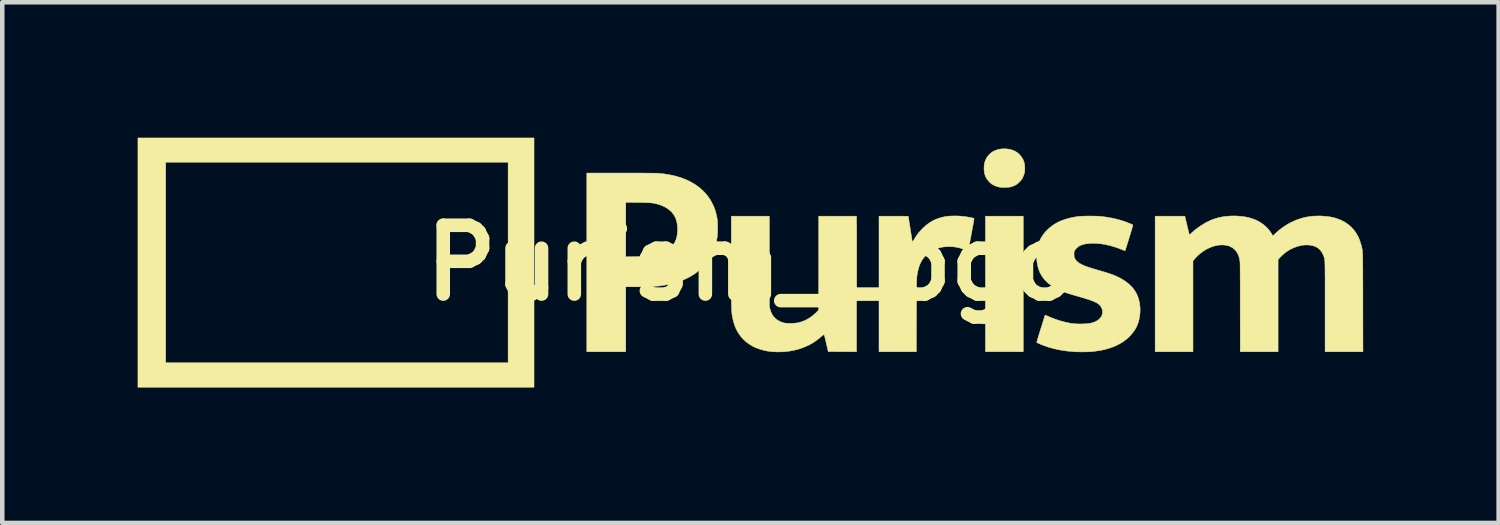
<source format=kicad_pcb>
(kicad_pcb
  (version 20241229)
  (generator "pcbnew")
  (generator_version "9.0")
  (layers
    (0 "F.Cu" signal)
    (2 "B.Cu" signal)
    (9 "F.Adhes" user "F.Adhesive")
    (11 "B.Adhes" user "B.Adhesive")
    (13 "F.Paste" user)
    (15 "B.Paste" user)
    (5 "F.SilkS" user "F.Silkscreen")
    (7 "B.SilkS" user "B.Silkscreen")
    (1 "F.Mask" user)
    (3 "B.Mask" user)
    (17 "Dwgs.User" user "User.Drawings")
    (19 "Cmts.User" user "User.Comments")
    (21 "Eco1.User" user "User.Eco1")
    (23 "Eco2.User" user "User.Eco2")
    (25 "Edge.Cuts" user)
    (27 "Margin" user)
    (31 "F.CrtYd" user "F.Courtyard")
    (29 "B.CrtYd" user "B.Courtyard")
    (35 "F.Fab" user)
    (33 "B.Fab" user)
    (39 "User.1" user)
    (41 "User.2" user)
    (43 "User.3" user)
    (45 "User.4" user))
  (footprint "Purism_Logo"
    (layer "F.Cu")
    (at 13.589 2.774)
    (property "Reference" "Purism_Logo" (at 0 0 0) (layer "F.SilkS") (effects (font (size 1.524 1.524) (thickness 0.3))))
    (attr through_hole)
    (fp_poly (pts (xy 6.025 1.966) (xy 5.187 1.966) (xy 5.187 -1.036) (xy 6.025 -1.036) (xy 6.025 1.966)) (stroke (width 0.01) (type solid)) (fill yes) (layer "F.SilkS"))
    (fp_poly (pts (xy -4.811 2.753) (xy -13.584 2.753) (xy -13.584 -2.23) (xy -12.969 -2.23) (xy -12.969 2.21) (xy -5.385 2.21) (xy -5.385 -2.23) (xy -12.969 -2.23) (xy -13.584 -2.23) (xy -13.584 -2.769) (xy -4.811 -2.769) (xy -4.811 2.753)) (stroke (width 0.01) (type solid)) (fill yes) (layer "F.SilkS"))
    (fp_poly (pts (xy 5.641 -2.528) (xy 5.714 -2.519) (xy 5.78 -2.502) (xy 5.84 -2.477) (xy 5.894 -2.444) (xy 5.941 -2.403) (xy 5.982 -2.354) (xy 6.016 -2.298) (xy 6.019 -2.293) (xy 6.035 -2.257) (xy 6.046 -2.22) (xy 6.054 -2.181) (xy 6.058 -2.135) (xy 6.059 -2.118) (xy 6.059 -2.065) (xy 6.055 -2.018) (xy 6.046 -1.975) (xy 6.031 -1.932) (xy 6.014 -1.895) (xy 6.002 -1.871) (xy 5.991 -1.852) (xy 5.978 -1.835) (xy 5.963 -1.818) (xy 5.943 -1.796) (xy 5.939 -1.793) (xy 5.917 -1.771) (xy 5.899 -1.755) (xy 5.882 -1.743) (xy 5.865 -1.732) (xy 5.843 -1.721) (xy 5.842 -1.721) (xy 5.808 -1.705) (xy 5.777 -1.693) (xy 5.747 -1.685) (xy 5.716 -1.679) (xy 5.68 -1.676) (xy 5.637 -1.674) (xy 5.624 -1.673) (xy 5.577 -1.673) (xy 5.54 -1.674) (xy 5.511 -1.677) (xy 5.498 -1.679) (xy 5.432 -1.696) (xy 5.373 -1.721) (xy 5.319 -1.753) (xy 5.273 -1.794) (xy 5.232 -1.843) (xy 5.222 -1.857) (xy 5.195 -1.904) (xy 5.176 -1.953) (xy 5.163 -2.005) (xy 5.157 -2.063) (xy 5.156 -2.1) (xy 5.159 -2.161) (xy 5.168 -2.216) (xy 5.184 -2.267) (xy 5.207 -2.316) (xy 5.235 -2.36) (xy 5.273 -2.405) (xy 5.319 -2.444) (xy 5.37 -2.476) (xy 5.428 -2.5) (xy 5.49 -2.518) (xy 5.556 -2.527) (xy 5.626 -2.528) (xy 5.641 -2.528)) (stroke (width 0.01) (type solid)) (fill yes) (layer "F.SilkS"))
    (fp_poly (pts (xy 0.404 0.973) (xy 0.415 1.017) (xy 0.435 1.08) (xy 0.46 1.136) (xy 0.491 1.184) (xy 0.53 1.225) (xy 0.575 1.261) (xy 0.627 1.291) (xy 0.662 1.307) (xy 0.694 1.319) (xy 0.726 1.328) (xy 0.76 1.333) (xy 0.798 1.337) (xy 0.842 1.338) (xy 0.864 1.338) (xy 0.936 1.336) (xy 1.001 1.33) (xy 1.061 1.319) (xy 1.118 1.302) (xy 1.173 1.281) (xy 1.201 1.268) (xy 1.277 1.226) (xy 1.349 1.177) (xy 1.414 1.122) (xy 1.458 1.078) (xy 1.493 1.039) (xy 1.494 0.001) (xy 1.494 -1.036) (xy 2.332 -1.036) (xy 2.332 1.966) (xy 2.019 1.965) (xy 1.705 1.963) (xy 1.662 1.777) (xy 1.651 1.729) (xy 1.641 1.69) (xy 1.634 1.659) (xy 1.628 1.635) (xy 1.623 1.617) (xy 1.619 1.605) (xy 1.616 1.597) (xy 1.613 1.592) (xy 1.61 1.59) (xy 1.608 1.59) (xy 1.6 1.593) (xy 1.587 1.602) (xy 1.569 1.615) (xy 1.55 1.631) (xy 1.549 1.631) (xy 1.495 1.677) (xy 1.444 1.715) (xy 1.396 1.749) (xy 1.347 1.78) (xy 1.296 1.808) (xy 1.266 1.823) (xy 1.163 1.869) (xy 1.054 1.907) (xy 0.941 1.936) (xy 0.825 1.956) (xy 0.705 1.968) (xy 0.583 1.971) (xy 0.466 1.966) (xy 0.368 1.954) (xy 0.273 1.934) (xy 0.183 1.908) (xy 0.098 1.876) (xy 0.041 1.849) (xy -0.041 1.801) (xy -0.115 1.746) (xy -0.181 1.685) (xy -0.24 1.617) (xy -0.291 1.542) (xy -0.335 1.461) (xy -0.371 1.373) (xy -0.399 1.278) (xy -0.42 1.176) (xy -0.424 1.152) (xy -0.426 1.137) (xy -0.428 1.122) (xy -0.43 1.106) (xy -0.431 1.088) (xy -0.433 1.068) (xy -0.434 1.046) (xy -0.435 1.021) (xy -0.436 0.993) (xy -0.437 0.961) (xy -0.438 0.925) (xy -0.439 0.885) (xy -0.439 0.839) (xy -0.44 0.789) (xy -0.44 0.732) (xy -0.441 0.668) (xy -0.441 0.598) (xy -0.441 0.521) (xy -0.442 0.436) (xy -0.442 0.343) (xy -0.442 0.241) (xy -0.442 0.131) (xy -0.442 0.01) (xy -0.442 -0.055) (xy -0.442 -1.036) (xy 0.401 -1.036) (xy 0.404 0.973)) (stroke (width 0.01) (type solid)) (fill yes) (layer "F.SilkS"))
    (fp_poly (pts (xy -2.784 -1.991) (xy -2.686 -1.991) (xy -2.594 -1.991) (xy -2.507 -1.991) (xy -2.427 -1.991) (xy -2.354 -1.99) (xy -2.288 -1.99) (xy -2.229 -1.989) (xy -2.178 -1.989) (xy -2.136 -1.988) (xy -2.103 -1.988) (xy -2.079 -1.987) (xy -2.065 -1.986) (xy -2.064 -1.986) (xy -1.926 -1.972) (xy -1.794 -1.95) (xy -1.669 -1.922) (xy -1.552 -1.886) (xy -1.442 -1.844) (xy -1.339 -1.794) (xy -1.244 -1.738) (xy -1.236 -1.733) (xy -1.148 -1.669) (xy -1.069 -1.599) (xy -0.998 -1.524) (xy -0.936 -1.442) (xy -0.882 -1.356) (xy -0.836 -1.263) (xy -0.799 -1.166) (xy -0.771 -1.063) (xy -0.754 -0.973) (xy -0.75 -0.94) (xy -0.747 -0.899) (xy -0.745 -0.853) (xy -0.744 -0.803) (xy -0.744 -0.752) (xy -0.745 -0.701) (xy -0.747 -0.653) (xy -0.75 -0.611) (xy -0.753 -0.575) (xy -0.754 -0.574) (xy -0.773 -0.464) (xy -0.801 -0.359) (xy -0.838 -0.26) (xy -0.883 -0.167) (xy -0.936 -0.078) (xy -0.998 0.006) (xy -1.067 0.083) (xy -1.145 0.157) (xy -1.231 0.225) (xy -1.325 0.286) (xy -1.426 0.34) (xy -1.534 0.388) (xy -1.649 0.428) (xy -1.77 0.462) (xy -1.898 0.489) (xy -2.033 0.509) (xy -2.173 0.521) (xy -2.204 0.523) (xy -2.232 0.524) (xy -2.268 0.525) (xy -2.311 0.526) (xy -2.359 0.527) (xy -2.41 0.528) (xy -2.463 0.528) (xy -2.516 0.528) (xy -2.543 0.528) (xy -2.779 0.528) (xy -2.779 1.966) (xy -3.642 1.966) (xy -3.642 -0.136) (xy -2.779 -0.136) (xy -2.546 -0.139) (xy -2.475 -0.14) (xy -2.413 -0.141) (xy -2.36 -0.143) (xy -2.316 -0.144) (xy -2.28 -0.147) (xy -2.252 -0.149) (xy -2.246 -0.15) (xy -2.155 -0.163) (xy -2.073 -0.181) (xy -1.999 -0.203) (xy -1.933 -0.23) (xy -1.873 -0.263) (xy -1.821 -0.301) (xy -1.774 -0.345) (xy -1.732 -0.395) (xy -1.717 -0.418) (xy -1.688 -0.467) (xy -1.666 -0.518) (xy -1.65 -0.573) (xy -1.639 -0.633) (xy -1.633 -0.7) (xy -1.632 -0.711) (xy -1.633 -0.795) (xy -1.641 -0.872) (xy -1.658 -0.943) (xy -1.682 -1.008) (xy -1.715 -1.067) (xy -1.756 -1.121) (xy -1.805 -1.168) (xy -1.862 -1.21) (xy -1.866 -1.213) (xy -1.925 -1.246) (xy -1.99 -1.275) (xy -2.06 -1.299) (xy -2.116 -1.313) (xy -2.138 -1.318) (xy -2.16 -1.323) (xy -2.182 -1.326) (xy -2.206 -1.329) (xy -2.231 -1.332) (xy -2.261 -1.334) (xy -2.295 -1.335) (xy -2.334 -1.337) (xy -2.38 -1.338) (xy -2.434 -1.339) (xy -2.497 -1.339) (xy -2.518 -1.34) (xy -2.779 -1.342) (xy -2.779 -0.136) (xy -3.642 -0.136) (xy -3.642 -1.991) (xy -2.886 -1.991) (xy -2.784 -1.991)) (stroke (width 0.01) (type solid)) (fill yes) (layer "F.SilkS"))
    (fp_poly (pts (xy 4.543 -1.041) (xy 4.59 -1.04) (xy 4.633 -1.037) (xy 4.651 -1.036) (xy 4.688 -1.032) (xy 4.726 -1.028) (xy 4.765 -1.022) (xy 4.803 -1.016) (xy 4.839 -1.01) (xy 4.871 -1.003) (xy 4.898 -0.997) (xy 4.919 -0.991) (xy 4.932 -0.986) (xy 4.936 -0.982) (xy 4.936 -0.977) (xy 4.933 -0.962) (xy 4.929 -0.94) (xy 4.924 -0.91) (xy 4.918 -0.874) (xy 4.91 -0.833) (xy 4.902 -0.788) (xy 4.893 -0.74) (xy 4.884 -0.689) (xy 4.874 -0.638) (xy 4.865 -0.586) (xy 4.855 -0.534) (xy 4.846 -0.485) (xy 4.837 -0.438) (xy 4.828 -0.394) (xy 4.821 -0.355) (xy 4.815 -0.322) (xy 4.809 -0.295) (xy 4.805 -0.276) (xy 4.803 -0.265) (xy 4.803 -0.263) (xy 4.8 -0.26) (xy 4.795 -0.26) (xy 4.785 -0.263) (xy 4.769 -0.27) (xy 4.751 -0.279) (xy 4.688 -0.308) (xy 4.626 -0.329) (xy 4.561 -0.345) (xy 4.491 -0.356) (xy 4.439 -0.361) (xy 4.347 -0.362) (xy 4.259 -0.355) (xy 4.176 -0.339) (xy 4.097 -0.314) (xy 4.023 -0.281) (xy 3.955 -0.239) (xy 3.891 -0.189) (xy 3.855 -0.154) (xy 3.814 -0.106) (xy 3.778 -0.054) (xy 3.748 0.003) (xy 3.722 0.065) (xy 3.701 0.135) (xy 3.683 0.212) (xy 3.67 0.298) (xy 3.669 0.3) (xy 3.668 0.309) (xy 3.667 0.32) (xy 3.666 0.332) (xy 3.666 0.347) (xy 3.665 0.364) (xy 3.664 0.385) (xy 3.663 0.409) (xy 3.663 0.438) (xy 3.662 0.472) (xy 3.662 0.51) (xy 3.661 0.555) (xy 3.661 0.606) (xy 3.661 0.663) (xy 3.66 0.728) (xy 3.66 0.8) (xy 3.66 0.881) (xy 3.66 0.97) (xy 3.659 1.069) (xy 3.659 1.165) (xy 3.657 1.966) (xy 2.83 1.966) (xy 2.83 -1.036) (xy 3.155 -1.036) (xy 3.223 -1.036) (xy 3.281 -1.036) (xy 3.331 -1.036) (xy 3.372 -1.036) (xy 3.406 -1.035) (xy 3.432 -1.035) (xy 3.452 -1.034) (xy 3.466 -1.033) (xy 3.475 -1.032) (xy 3.479 -1.031) (xy 3.48 -1.03) (xy 3.481 -1.024) (xy 3.483 -1.008) (xy 3.486 -0.985) (xy 3.491 -0.955) (xy 3.496 -0.92) (xy 3.502 -0.88) (xy 3.509 -0.837) (xy 3.516 -0.792) (xy 3.524 -0.746) (xy 3.531 -0.699) (xy 3.538 -0.654) (xy 3.545 -0.611) (xy 3.551 -0.571) (xy 3.557 -0.536) (xy 3.562 -0.506) (xy 3.566 -0.484) (xy 3.568 -0.469) (xy 3.569 -0.462) (xy 3.573 -0.463) (xy 3.579 -0.472) (xy 3.589 -0.488) (xy 3.598 -0.503) (xy 3.648 -0.588) (xy 3.709 -0.669) (xy 3.778 -0.746) (xy 3.856 -0.819) (xy 3.891 -0.849) (xy 3.966 -0.902) (xy 4.045 -0.947) (xy 4.131 -0.983) (xy 4.221 -1.011) (xy 4.317 -1.03) (xy 4.368 -1.036) (xy 4.404 -1.039) (xy 4.447 -1.04) (xy 4.494 -1.041) (xy 4.543 -1.041)) (stroke (width 0.01) (type solid)) (fill yes) (layer "F.SilkS"))
    (fp_poly (pts (xy 10.838 -1.034) (xy 10.925 -1.023) (xy 11.021 -1.004) (xy 11.111 -0.976) (xy 11.196 -0.942) (xy 11.274 -0.9) (xy 11.345 -0.85) (xy 11.41 -0.794) (xy 11.467 -0.732) (xy 11.516 -0.662) (xy 11.526 -0.646) (xy 11.553 -0.6) (xy 11.605 -0.649) (xy 11.689 -0.724) (xy 11.78 -0.793) (xy 11.875 -0.854) (xy 11.974 -0.907) (xy 12.076 -0.952) (xy 12.179 -0.987) (xy 12.209 -0.996) (xy 12.289 -1.015) (xy 12.367 -1.028) (xy 12.447 -1.037) (xy 12.53 -1.04) (xy 12.616 -1.04) (xy 12.701 -1.035) (xy 12.778 -1.027) (xy 12.85 -1.015) (xy 12.92 -0.999) (xy 12.974 -0.982) (xy 13.061 -0.948) (xy 13.142 -0.907) (xy 13.215 -0.858) (xy 13.282 -0.802) (xy 13.341 -0.738) (xy 13.393 -0.668) (xy 13.438 -0.591) (xy 13.475 -0.507) (xy 13.504 -0.417) (xy 13.513 -0.385) (xy 13.516 -0.37) (xy 13.52 -0.356) (xy 13.523 -0.344) (xy 13.526 -0.332) (xy 13.528 -0.32) (xy 13.531 -0.308) (xy 13.533 -0.295) (xy 13.535 -0.281) (xy 13.537 -0.265) (xy 13.538 -0.248) (xy 13.539 -0.228) (xy 13.541 -0.205) (xy 13.542 -0.179) (xy 13.543 -0.149) (xy 13.543 -0.114) (xy 13.544 -0.075) (xy 13.545 -0.032) (xy 13.545 0.018) (xy 13.545 0.073) (xy 13.546 0.135) (xy 13.546 0.203) (xy 13.546 0.279) (xy 13.546 0.362) (xy 13.547 0.454) (xy 13.547 0.554) (xy 13.547 0.663) (xy 13.547 0.781) (xy 13.547 0.875) (xy 13.549 1.966) (xy 12.71 1.966) (xy 12.71 0.979) (xy 12.71 0.858) (xy 12.71 0.747) (xy 12.71 0.645) (xy 12.71 0.552) (xy 12.71 0.468) (xy 12.71 0.391) (xy 12.71 0.322) (xy 12.709 0.26) (xy 12.709 0.204) (xy 12.709 0.155) (xy 12.708 0.111) (xy 12.707 0.073) (xy 12.707 0.04) (xy 12.706 0.011) (xy 12.705 -0.014) (xy 12.704 -0.035) (xy 12.702 -0.053) (xy 12.701 -0.069) (xy 12.699 -0.082) (xy 12.697 -0.094) (xy 12.695 -0.104) (xy 12.692 -0.114) (xy 12.69 -0.122) (xy 12.687 -0.131) (xy 12.684 -0.14) (xy 12.682 -0.146) (xy 12.658 -0.202) (xy 12.628 -0.253) (xy 12.591 -0.297) (xy 12.548 -0.333) (xy 12.5 -0.361) (xy 12.488 -0.366) (xy 12.429 -0.385) (xy 12.365 -0.396) (xy 12.297 -0.399) (xy 12.226 -0.395) (xy 12.154 -0.382) (xy 12.08 -0.361) (xy 12.006 -0.332) (xy 11.966 -0.314) (xy 11.901 -0.278) (xy 11.842 -0.239) (xy 11.787 -0.195) (xy 11.733 -0.144) (xy 11.701 -0.11) (xy 11.669 -0.074) (xy 11.669 1.966) (xy 10.831 1.966) (xy 10.83 0.994) (xy 10.83 0.874) (xy 10.83 0.76) (xy 10.83 0.652) (xy 10.83 0.551) (xy 10.83 0.457) (xy 10.829 0.371) (xy 10.829 0.292) (xy 10.829 0.221) (xy 10.828 0.159) (xy 10.828 0.105) (xy 10.827 0.06) (xy 10.827 0.024) (xy 10.826 -0.003) (xy 10.826 -0.019) (xy 10.825 -0.025) (xy 10.814 -0.095) (xy 10.796 -0.158) (xy 10.77 -0.215) (xy 10.738 -0.264) (xy 10.698 -0.306) (xy 10.653 -0.341) (xy 10.6 -0.368) (xy 10.566 -0.38) (xy 10.502 -0.394) (xy 10.435 -0.4) (xy 10.366 -0.396) (xy 10.295 -0.385) (xy 10.223 -0.365) (xy 10.152 -0.338) (xy 10.081 -0.303) (xy 10.013 -0.261) (xy 9.947 -0.212) (xy 9.884 -0.157) (xy 9.827 -0.096) (xy 9.784 -0.047) (xy 9.784 1.966) (xy 8.946 1.966) (xy 8.946 -1.036) (xy 9.275 -1.036) (xy 9.604 -1.036) (xy 9.629 -0.933) (xy 9.638 -0.894) (xy 9.649 -0.848) (xy 9.661 -0.8) (xy 9.671 -0.755) (xy 9.679 -0.725) (xy 9.704 -0.619) (xy 9.738 -0.651) (xy 9.803 -0.71) (xy 9.876 -0.767) (xy 9.952 -0.821) (xy 10.03 -0.87) (xy 10.109 -0.913) (xy 10.187 -0.949) (xy 10.232 -0.967) (xy 10.323 -0.996) (xy 10.419 -1.018) (xy 10.52 -1.033) (xy 10.625 -1.04) (xy 10.731 -1.041) (xy 10.838 -1.034)) (stroke (width 0.01) (type solid)) (fill yes) (layer "F.SilkS"))
    (fp_poly (pts (xy 7.53 -1.039) (xy 7.585 -1.038) (xy 7.638 -1.037) (xy 7.687 -1.035) (xy 7.729 -1.032) (xy 7.757 -1.03) (xy 7.895 -1.011) (xy 8.025 -0.987) (xy 8.149 -0.956) (xy 8.266 -0.92) (xy 8.379 -0.876) (xy 8.387 -0.873) (xy 8.41 -0.863) (xy 8.429 -0.855) (xy 8.444 -0.848) (xy 8.451 -0.844) (xy 8.452 -0.844) (xy 8.452 -0.841) (xy 8.451 -0.831) (xy 8.447 -0.815) (xy 8.441 -0.791) (xy 8.432 -0.761) (xy 8.421 -0.723) (xy 8.407 -0.676) (xy 8.39 -0.621) (xy 8.371 -0.559) (xy 8.355 -0.507) (xy 8.34 -0.459) (xy 8.326 -0.414) (xy 8.314 -0.374) (xy 8.303 -0.339) (xy 8.293 -0.31) (xy 8.287 -0.289) (xy 8.282 -0.276) (xy 8.28 -0.272) (xy 8.274 -0.273) (xy 8.261 -0.277) (xy 8.242 -0.283) (xy 8.218 -0.292) (xy 8.206 -0.297) (xy 8.115 -0.333) (xy 8.023 -0.363) (xy 7.931 -0.388) (xy 7.841 -0.408) (xy 7.752 -0.423) (xy 7.666 -0.432) (xy 7.584 -0.436) (xy 7.507 -0.434) (xy 7.434 -0.427) (xy 7.368 -0.414) (xy 7.309 -0.395) (xy 7.282 -0.384) (xy 7.247 -0.363) (xy 7.215 -0.337) (xy 7.187 -0.309) (xy 7.167 -0.279) (xy 7.165 -0.276) (xy 7.158 -0.262) (xy 7.154 -0.25) (xy 7.152 -0.237) (xy 7.15 -0.22) (xy 7.15 -0.196) (xy 7.15 -0.191) (xy 7.151 -0.164) (xy 7.152 -0.144) (xy 7.154 -0.13) (xy 7.159 -0.116) (xy 7.162 -0.109) (xy 7.181 -0.075) (xy 7.206 -0.044) (xy 7.237 -0.015) (xy 7.276 0.011) (xy 7.322 0.036) (xy 7.378 0.061) (xy 7.38 0.062) (xy 7.408 0.072) (xy 7.438 0.084) (xy 7.472 0.095) (xy 7.511 0.108) (xy 7.555 0.122) (xy 7.607 0.137) (xy 7.666 0.155) (xy 7.711 0.168) (xy 7.755 0.181) (xy 7.797 0.193) (xy 7.837 0.205) (xy 7.874 0.216) (xy 7.904 0.226) (xy 7.928 0.233) (xy 7.94 0.237) (xy 8.044 0.276) (xy 8.14 0.32) (xy 8.227 0.368) (xy 8.305 0.42) (xy 8.375 0.477) (xy 8.435 0.537) (xy 8.486 0.601) (xy 8.528 0.669) (xy 8.53 0.673) (xy 8.562 0.744) (xy 8.586 0.821) (xy 8.603 0.902) (xy 8.612 0.986) (xy 8.613 1.07) (xy 8.607 1.155) (xy 8.593 1.238) (xy 8.572 1.318) (xy 8.543 1.394) (xy 8.53 1.421) (xy 8.497 1.48) (xy 8.455 1.539) (xy 8.407 1.596) (xy 8.356 1.65) (xy 8.312 1.688) (xy 8.231 1.748) (xy 8.142 1.801) (xy 8.046 1.847) (xy 7.943 1.885) (xy 7.833 1.917) (xy 7.716 1.941) (xy 7.591 1.958) (xy 7.505 1.966) (xy 7.464 1.968) (xy 7.415 1.969) (xy 7.361 1.97) (xy 7.305 1.97) (xy 7.25 1.969) (xy 7.199 1.968) (xy 7.153 1.966) (xy 7.15 1.965) (xy 7 1.952) (xy 6.856 1.931) (xy 6.718 1.902) (xy 6.585 1.866) (xy 6.46 1.822) (xy 6.386 1.791) (xy 6.364 1.781) (xy 6.345 1.773) (xy 6.332 1.767) (xy 6.326 1.764) (xy 6.325 1.76) (xy 6.326 1.752) (xy 6.329 1.739) (xy 6.334 1.719) (xy 6.341 1.694) (xy 6.351 1.661) (xy 6.363 1.62) (xy 6.378 1.572) (xy 6.396 1.514) (xy 6.413 1.458) (xy 6.43 1.405) (xy 6.446 1.355) (xy 6.46 1.308) (xy 6.473 1.266) (xy 6.485 1.23) (xy 6.494 1.2) (xy 6.502 1.177) (xy 6.507 1.161) (xy 6.509 1.155) (xy 6.509 1.155) (xy 6.514 1.156) (xy 6.527 1.16) (xy 6.543 1.168) (xy 6.551 1.171) (xy 6.646 1.212) (xy 6.744 1.249) (xy 6.841 1.281) (xy 6.937 1.307) (xy 7.029 1.327) (xy 7.046 1.331) (xy 7.099 1.339) (xy 7.149 1.345) (xy 7.2 1.349) (xy 7.255 1.351) (xy 7.304 1.351) (xy 7.385 1.349) (xy 7.457 1.343) (xy 7.521 1.333) (xy 7.577 1.318) (xy 7.626 1.298) (xy 7.669 1.274) (xy 7.707 1.245) (xy 7.708 1.244) (xy 7.74 1.209) (xy 7.763 1.17) (xy 7.777 1.128) (xy 7.781 1.085) (xy 7.777 1.042) (xy 7.763 1.001) (xy 7.741 0.961) (xy 7.72 0.936) (xy 7.702 0.919) (xy 7.681 0.903) (xy 7.656 0.887) (xy 7.627 0.871) (xy 7.592 0.855) (xy 7.551 0.839) (xy 7.504 0.821) (xy 7.449 0.803) (xy 7.386 0.783) (xy 7.315 0.762) (xy 7.235 0.739) (xy 7.216 0.734) (xy 7.147 0.714) (xy 7.086 0.696) (xy 7.032 0.679) (xy 6.984 0.664) (xy 6.941 0.649) (xy 6.902 0.634) (xy 6.864 0.618) (xy 6.828 0.601) (xy 6.791 0.583) (xy 6.771 0.573) (xy 6.687 0.526) (xy 6.611 0.475) (xy 6.545 0.419) (xy 6.488 0.359) (xy 6.44 0.294) (xy 6.4 0.224) (xy 6.368 0.148) (xy 6.345 0.066) (xy 6.329 -0.021) (xy 6.321 -0.114) (xy 6.322 -0.21) (xy 6.331 -0.301) (xy 6.35 -0.388) (xy 6.378 -0.47) (xy 6.415 -0.548) (xy 6.462 -0.622) (xy 6.517 -0.691) (xy 6.582 -0.756) (xy 6.655 -0.816) (xy 6.708 -0.853) (xy 6.784 -0.898) (xy 6.869 -0.936) (xy 6.962 -0.969) (xy 7.063 -0.997) (xy 7.172 -1.019) (xy 7.247 -1.03) (xy 7.279 -1.033) (xy 7.32 -1.035) (xy 7.367 -1.037) (xy 7.419 -1.039) (xy 7.474 -1.039) (xy 7.53 -1.039)) (stroke (width 0.01) (type solid)) (fill yes) (layer "F.SilkS")))
  (gr_rect
    (start -3 -3)
    (end 30.143 8.532)
    (stroke (width 0.1) (type default))
    (fill no)
    (layer "Edge.Cuts")))
</source>
